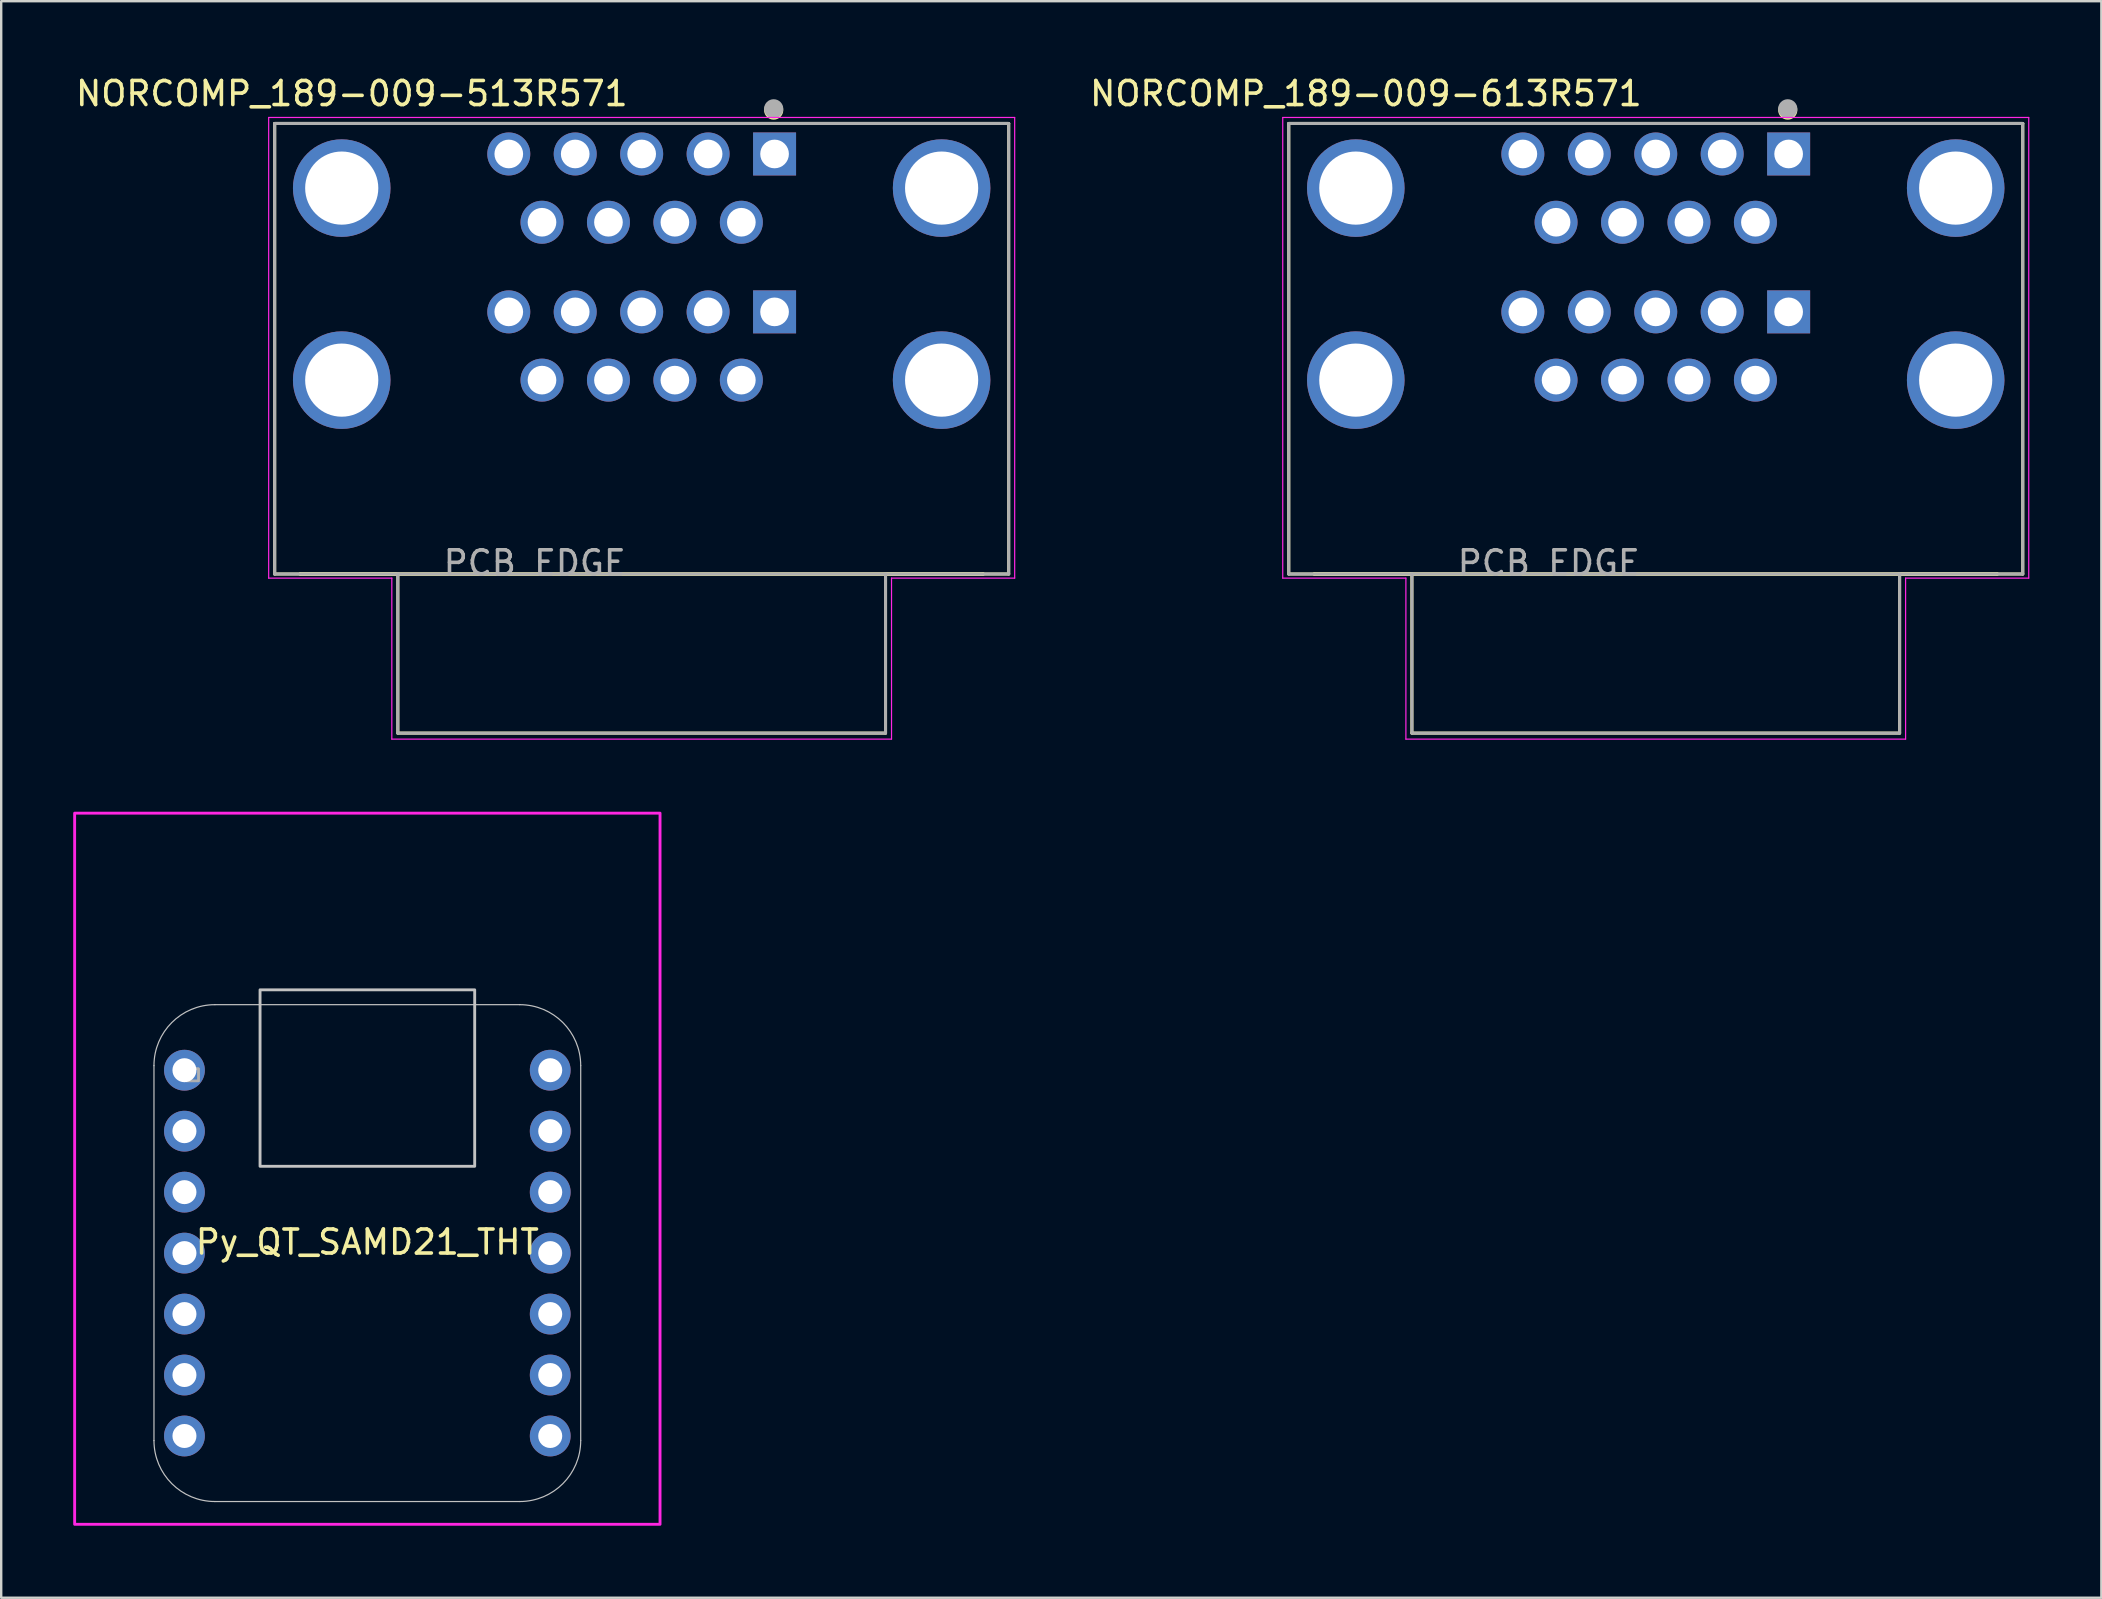
<source format=kicad_pcb>
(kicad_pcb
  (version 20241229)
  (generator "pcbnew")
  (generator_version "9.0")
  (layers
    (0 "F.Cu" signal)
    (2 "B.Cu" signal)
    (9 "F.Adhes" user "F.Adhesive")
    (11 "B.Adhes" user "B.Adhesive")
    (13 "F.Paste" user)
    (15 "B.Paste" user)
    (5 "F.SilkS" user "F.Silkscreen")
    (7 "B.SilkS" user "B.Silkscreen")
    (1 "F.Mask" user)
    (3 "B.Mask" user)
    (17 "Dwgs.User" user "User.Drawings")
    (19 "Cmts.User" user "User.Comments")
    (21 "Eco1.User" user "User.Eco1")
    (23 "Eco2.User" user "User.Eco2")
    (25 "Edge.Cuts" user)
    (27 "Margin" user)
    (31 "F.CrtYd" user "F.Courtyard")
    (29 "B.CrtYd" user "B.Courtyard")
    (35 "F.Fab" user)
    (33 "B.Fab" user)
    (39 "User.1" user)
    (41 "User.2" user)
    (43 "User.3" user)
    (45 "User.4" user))
  (footprint "Py_QT_SAMD21_THT"
    (layer "F.Cu")
    (at 12.255 49.2)
    (property "Reference" "Py_QT_SAMD21_THT" (at 0 -0.5 0) (unlocked yes) (layer "F.SilkS") (effects (font (size 1 1) (thickness 0.15))))
    (fp_line (start -8.89 7.771) (end -8.89 -7.851) (stroke (width 0.05) (type solid)) (layer "Dwgs.User"))
    (fp_line (start -6.35 -10.39) (end 6.35 -10.39) (stroke (width 0.05) (type solid)) (layer "Dwgs.User"))
    (fp_line (start 6.35 10.31) (end -6.35 10.31) (stroke (width 0.05) (type solid)) (layer "Dwgs.User"))
    (fp_line (start 8.89 -7.851) (end 8.89 7.771) (stroke (width 0.05) (type solid)) (layer "Dwgs.User"))
    (fp_rect (start -4.47 -11.01) (end 4.473 -3.657) (stroke (width 0.12) (type default)) (fill no) (layer "Dwgs.User"))
    (fp_arc (start -8.89 -7.8505) (mid -8.146051 -9.646551) (end -6.35 -10.3905) (stroke (width 0.05) (type solid)) (layer "Dwgs.User"))
    (fp_arc (start -6.35 10.3105) (mid -8.146051 9.566551) (end -8.89 7.7705) (stroke (width 0.05) (type solid)) (layer "Dwgs.User"))
    (fp_arc (start 6.35 -10.3905) (mid 8.146051 -9.646551) (end 8.89 -7.8505) (stroke (width 0.05) (type solid)) (layer "Dwgs.User"))
    (fp_arc (start 8.89 7.7705) (mid 8.146051 9.566551) (end 6.35 10.3105) (stroke (width 0.05) (type solid)) (layer "Dwgs.User"))
    (fp_rect (start -12.195 -18.37) (end 12.195 11.26) (stroke (width 0.12) (type default)) (fill no) (layer "F.CrtYd"))
    (fp_poly (pts (xy -7.541 -7.213) (xy -7.033 -7.213) (xy -7.033 -7.721) (xy -7.541 -7.721)) (stroke (width 0.1) (type default)) (fill no) (layer "F.Fab"))
    (fp_poly (pts (xy -7.541 -7.213) (xy -7.033 -7.213) (xy -7.033 -7.721) (xy -7.541 -7.721)) (stroke (width 0.1) (type default)) (fill no) (layer "F.Fab"))
    (pad "1" thru_hole circle (at -7.62 -7.66) (size 1.7 1.7) (drill 1) (layers "*.Cu" "*.Mask"))
    (pad "2" thru_hole circle (at -7.62 -5.12) (size 1.7 1.7) (drill 1) (layers "*.Cu" "*.Mask"))
    (pad "3" thru_hole circle (at -7.62 -2.58) (size 1.7 1.7) (drill 1) (layers "*.Cu" "*.Mask"))
    (pad "4" thru_hole circle (at -7.62 -0.04) (size 1.7 1.7) (drill 1) (layers "*.Cu" "*.Mask"))
    (pad "5" thru_hole circle (at -7.62 2.5) (size 1.7 1.7) (drill 1) (layers "*.Cu" "*.Mask"))
    (pad "6" thru_hole circle (at -7.62 5.04) (size 1.7 1.7) (drill 1) (layers "*.Cu" "*.Mask"))
    (pad "7" thru_hole circle (at -7.62 7.58) (size 1.7 1.7) (drill 1) (layers "*.Cu" "*.Mask"))
    (pad "8" thru_hole circle (at 7.62 7.58 180) (size 1.7 1.7) (drill 1) (layers "*.Cu" "*.Mask"))
    (pad "9" thru_hole circle (at 7.62 5.04 180) (size 1.7 1.7) (drill 1) (layers "*.Cu" "*.Mask"))
    (pad "10" thru_hole circle (at 7.62 2.5 180) (size 1.7 1.7) (drill 1) (layers "*.Cu" "*.Mask"))
    (pad "11" thru_hole circle (at 7.62 -0.04 180) (size 1.7 1.7) (drill 1) (layers "*.Cu" "*.Mask"))
    (pad "12" thru_hole circle (at 7.62 -2.58 180) (size 1.7 1.7) (drill 1) (layers "*.Cu" "*.Mask"))
    (pad "13" thru_hole circle (at 7.62 -5.12 180) (size 1.7 1.7) (drill 1) (layers "*.Cu" "*.Mask"))
    (pad "14" thru_hole circle (at 7.62 -7.66 180) (size 1.7 1.7) (drill 1) (layers "*.Cu" "*.Mask")))
  (footprint "NORCOMP_189-009-513R571"
    (layer "F.Cu")
    (at 29.222 3.365)
    (property "Reference" "NORCOMP_189-009-513R571" (at -17.614 -2.516 0) (layer "F.SilkS") (effects (font (size 1.001 1.001) (thickness 0.15))))
    (attr through_hole)
    (fp_line (start -20.828 -1.27) (end 9.754 -1.27) (stroke (width 0.127) (type solid)) (layer "F.SilkS"))
    (fp_line (start -20.828 17.501) (end -20.828 -1.27) (stroke (width 0.127) (type solid)) (layer "F.SilkS"))
    (fp_line (start -19.761 17.501) (end -20.828 17.501) (stroke (width 0.127) (type solid)) (layer "F.SilkS"))
    (fp_line (start -19.761 17.501) (end 8.687 17.501) (stroke (width 0.152) (type solid)) (layer "F.SilkS"))
    (fp_line (start -15.697 17.501) (end -19.761 17.501) (stroke (width 0.127) (type solid)) (layer "F.SilkS"))
    (fp_line (start -15.697 24.13) (end -15.697 17.501) (stroke (width 0.127) (type solid)) (layer "F.SilkS"))
    (fp_line (start 4.623 24.13) (end -15.697 24.13) (stroke (width 0.127) (type solid)) (layer "F.SilkS"))
    (fp_line (start 4.623 24.13) (end 4.623 17.501) (stroke (width 0.127) (type solid)) (layer "F.SilkS"))
    (fp_line (start 8.687 17.501) (end 4.623 17.501) (stroke (width 0.127) (type solid)) (layer "F.SilkS"))
    (fp_line (start 9.754 -1.27) (end 9.754 17.501) (stroke (width 0.127) (type solid)) (layer "F.SilkS"))
    (fp_line (start 9.754 17.501) (end 8.687 17.501) (stroke (width 0.127) (type solid)) (layer "F.SilkS"))
    (fp_circle (center -0.037 -1.828) (end 0.163 -1.828) (stroke (width 0.4) (type solid)) (fill no) (layer "F.SilkS"))
    (fp_line (start -21.078 -1.52) (end 10.004 -1.52) (stroke (width 0.05) (type solid)) (layer "F.CrtYd"))
    (fp_line (start -21.078 17.672) (end -21.078 -1.52) (stroke (width 0.05) (type solid)) (layer "F.CrtYd"))
    (fp_line (start -15.947 17.672) (end -21.078 17.672) (stroke (width 0.05) (type solid)) (layer "F.CrtYd"))
    (fp_line (start -15.947 24.38) (end -15.947 17.672) (stroke (width 0.05) (type solid)) (layer "F.CrtYd"))
    (fp_line (start 4.873 17.672) (end 4.873 24.38) (stroke (width 0.05) (type solid)) (layer "F.CrtYd"))
    (fp_line (start 4.873 24.38) (end -15.947 24.38) (stroke (width 0.05) (type solid)) (layer "F.CrtYd"))
    (fp_line (start 10.004 -1.52) (end 10.004 17.672) (stroke (width 0.05) (type solid)) (layer "F.CrtYd"))
    (fp_line (start 10.004 17.672) (end 4.873 17.672) (stroke (width 0.05) (type solid)) (layer "F.CrtYd"))
    (fp_line (start -20.828 -1.27) (end 9.754 -1.27) (stroke (width 0.127) (type solid)) (layer "F.Fab"))
    (fp_line (start -20.828 17.501) (end -20.828 -1.27) (stroke (width 0.127) (type solid)) (layer "F.Fab"))
    (fp_line (start -15.697 17.501) (end -20.828 17.501) (stroke (width 0.127) (type solid)) (layer "F.Fab"))
    (fp_line (start -15.697 24.13) (end -15.697 17.501) (stroke (width 0.127) (type solid)) (layer "F.Fab"))
    (fp_line (start 4.623 17.501) (end -15.697 17.501) (stroke (width 0.127) (type solid)) (layer "F.Fab"))
    (fp_line (start 4.623 24.13) (end -15.697 24.13) (stroke (width 0.127) (type solid)) (layer "F.Fab"))
    (fp_line (start 4.623 24.13) (end 4.623 17.501) (stroke (width 0.127) (type solid)) (layer "F.Fab"))
    (fp_line (start 9.754 -1.27) (end 9.754 17.501) (stroke (width 0.127) (type solid)) (layer "F.Fab"))
    (fp_line (start 9.754 17.501) (end 4.623 17.501) (stroke (width 0.127) (type solid)) (layer "F.Fab"))
    (fp_circle (center -0.037 -1.881) (end 0.163 -1.881) (stroke (width 0.4) (type solid)) (fill no) (layer "F.Fab"))
    (fp_text user "PCB EDGE" (at -9.993 17.037 0) (layer "F.Fab") (effects (font (size 1.001 1.001) (thickness 0.15))))
    (pad "A1" thru_hole rect (at 0 0) (size 1.791 1.791) (drill 1.194) (layers "*.Cu" "*.Mask"))
    (pad "A2" thru_hole circle (at -2.769 0) (size 1.791 1.791) (drill 1.194) (layers "*.Cu" "*.Mask"))
    (pad "A3" thru_hole circle (at -5.537 0) (size 1.791 1.791) (drill 1.194) (layers "*.Cu" "*.Mask"))
    (pad "A4" thru_hole circle (at -8.306 0) (size 1.791 1.791) (drill 1.194) (layers "*.Cu" "*.Mask"))
    (pad "A5" thru_hole circle (at -11.074 0) (size 1.791 1.791) (drill 1.194) (layers "*.Cu" "*.Mask"))
    (pad "A6" thru_hole circle (at -1.384 2.845) (size 1.791 1.791) (drill 1.194) (layers "*.Cu" "*.Mask"))
    (pad "A7" thru_hole circle (at -4.153 2.845) (size 1.791 1.791) (drill 1.194) (layers "*.Cu" "*.Mask"))
    (pad "A8" thru_hole circle (at -6.921 2.845) (size 1.791 1.791) (drill 1.194) (layers "*.Cu" "*.Mask"))
    (pad "A9" thru_hole circle (at -9.69 2.845) (size 1.791 1.791) (drill 1.194) (layers "*.Cu" "*.Mask"))
    (pad "B1" thru_hole rect (at 0 6.579) (size 1.791 1.791) (drill 1.194) (layers "*.Cu" "*.Mask"))
    (pad "B2" thru_hole circle (at -2.769 6.579) (size 1.791 1.791) (drill 1.194) (layers "*.Cu" "*.Mask"))
    (pad "B3" thru_hole circle (at -5.537 6.579) (size 1.791 1.791) (drill 1.194) (layers "*.Cu" "*.Mask"))
    (pad "B4" thru_hole circle (at -8.306 6.579) (size 1.791 1.791) (drill 1.194) (layers "*.Cu" "*.Mask"))
    (pad "B5" thru_hole circle (at -11.074 6.579) (size 1.791 1.791) (drill 1.194) (layers "*.Cu" "*.Mask"))
    (pad "B6" thru_hole circle (at -1.384 9.423) (size 1.791 1.791) (drill 1.194) (layers "*.Cu" "*.Mask"))
    (pad "B7" thru_hole circle (at -4.153 9.423) (size 1.791 1.791) (drill 1.194) (layers "*.Cu" "*.Mask"))
    (pad "B8" thru_hole circle (at -6.921 9.423) (size 1.791 1.791) (drill 1.194) (layers "*.Cu" "*.Mask"))
    (pad "B9" thru_hole circle (at -9.69 9.423) (size 1.791 1.791) (drill 1.194) (layers "*.Cu" "*.Mask"))
    (pad "SH1" thru_hole circle (at 6.96 1.422) (size 4.064 4.064) (drill 3.048) (layers "*.Cu" "*.Mask"))
    (pad "SH2" thru_hole circle (at -18.034 1.422) (size 4.064 4.064) (drill 3.048) (layers "*.Cu" "*.Mask"))
    (pad "SH3" thru_hole circle (at 6.96 9.423) (size 4.064 4.064) (drill 3.048) (layers "*.Cu" "*.Mask"))
    (pad "SH4" thru_hole circle (at -18.034 9.423) (size 4.064 4.064) (drill 3.048) (layers "*.Cu" "*.Mask")))
  (footprint "NORCOMP_189-009-613R571"
    (layer "F.Cu")
    (at 71.473 3.365)
    (property "Reference" "NORCOMP_189-009-613R571" (at -17.614 -2.516 0) (layer "F.SilkS") (effects (font (size 1.001 1.001) (thickness 0.15))))
    (attr through_hole)
    (fp_line (start -20.828 -1.27) (end 9.754 -1.27) (stroke (width 0.127) (type solid)) (layer "F.SilkS"))
    (fp_line (start -20.828 17.501) (end -20.828 -1.27) (stroke (width 0.127) (type solid)) (layer "F.SilkS"))
    (fp_line (start -19.761 17.501) (end -20.828 17.501) (stroke (width 0.127) (type solid)) (layer "F.SilkS"))
    (fp_line (start -19.761 17.501) (end 8.687 17.501) (stroke (width 0.152) (type solid)) (layer "F.SilkS"))
    (fp_line (start -15.697 17.501) (end -19.761 17.501) (stroke (width 0.127) (type solid)) (layer "F.SilkS"))
    (fp_line (start -15.697 24.13) (end -15.697 17.501) (stroke (width 0.127) (type solid)) (layer "F.SilkS"))
    (fp_line (start 4.623 24.13) (end -15.697 24.13) (stroke (width 0.127) (type solid)) (layer "F.SilkS"))
    (fp_line (start 4.623 24.13) (end 4.623 17.501) (stroke (width 0.127) (type solid)) (layer "F.SilkS"))
    (fp_line (start 8.687 17.501) (end 4.623 17.501) (stroke (width 0.127) (type solid)) (layer "F.SilkS"))
    (fp_line (start 9.754 -1.27) (end 9.754 17.501) (stroke (width 0.127) (type solid)) (layer "F.SilkS"))
    (fp_line (start 9.754 17.501) (end 8.687 17.501) (stroke (width 0.127) (type solid)) (layer "F.SilkS"))
    (fp_circle (center -0.037 -1.828) (end 0.163 -1.828) (stroke (width 0.4) (type solid)) (fill no) (layer "F.SilkS"))
    (fp_line (start -21.078 -1.52) (end 10.004 -1.52) (stroke (width 0.05) (type solid)) (layer "F.CrtYd"))
    (fp_line (start -21.078 17.672) (end -21.078 -1.52) (stroke (width 0.05) (type solid)) (layer "F.CrtYd"))
    (fp_line (start -15.947 17.672) (end -21.078 17.672) (stroke (width 0.05) (type solid)) (layer "F.CrtYd"))
    (fp_line (start -15.947 24.38) (end -15.947 17.672) (stroke (width 0.05) (type solid)) (layer "F.CrtYd"))
    (fp_line (start 4.873 17.672) (end 4.873 24.38) (stroke (width 0.05) (type solid)) (layer "F.CrtYd"))
    (fp_line (start 4.873 24.38) (end -15.947 24.38) (stroke (width 0.05) (type solid)) (layer "F.CrtYd"))
    (fp_line (start 10.004 -1.52) (end 10.004 17.672) (stroke (width 0.05) (type solid)) (layer "F.CrtYd"))
    (fp_line (start 10.004 17.672) (end 4.873 17.672) (stroke (width 0.05) (type solid)) (layer "F.CrtYd"))
    (fp_line (start -20.828 -1.27) (end 9.754 -1.27) (stroke (width 0.127) (type solid)) (layer "F.Fab"))
    (fp_line (start -20.828 17.501) (end -20.828 -1.27) (stroke (width 0.127) (type solid)) (layer "F.Fab"))
    (fp_line (start -15.697 17.501) (end -20.828 17.501) (stroke (width 0.127) (type solid)) (layer "F.Fab"))
    (fp_line (start -15.697 24.13) (end -15.697 17.501) (stroke (width 0.127) (type solid)) (layer "F.Fab"))
    (fp_line (start 4.623 17.501) (end -15.697 17.501) (stroke (width 0.127) (type solid)) (layer "F.Fab"))
    (fp_line (start 4.623 24.13) (end -15.697 24.13) (stroke (width 0.127) (type solid)) (layer "F.Fab"))
    (fp_line (start 4.623 24.13) (end 4.623 17.501) (stroke (width 0.127) (type solid)) (layer "F.Fab"))
    (fp_line (start 9.754 -1.27) (end 9.754 17.501) (stroke (width 0.127) (type solid)) (layer "F.Fab"))
    (fp_line (start 9.754 17.501) (end 4.623 17.501) (stroke (width 0.127) (type solid)) (layer "F.Fab"))
    (fp_circle (center -0.037 -1.881) (end 0.163 -1.881) (stroke (width 0.4) (type solid)) (fill no) (layer "F.Fab"))
    (fp_text user "PCB EDGE" (at -9.993 17.037 0) (layer "F.Fab") (effects (font (size 1.001 1.001) (thickness 0.15))))
    (pad "A1" thru_hole rect (at 0 0) (size 1.791 1.791) (drill 1.194) (layers "*.Cu" "*.Mask"))
    (pad "A2" thru_hole circle (at -2.769 0) (size 1.791 1.791) (drill 1.194) (layers "*.Cu" "*.Mask"))
    (pad "A3" thru_hole circle (at -5.537 0) (size 1.791 1.791) (drill 1.194) (layers "*.Cu" "*.Mask"))
    (pad "A4" thru_hole circle (at -8.306 0) (size 1.791 1.791) (drill 1.194) (layers "*.Cu" "*.Mask"))
    (pad "A5" thru_hole circle (at -11.074 0) (size 1.791 1.791) (drill 1.194) (layers "*.Cu" "*.Mask"))
    (pad "A6" thru_hole circle (at -1.384 2.845) (size 1.791 1.791) (drill 1.194) (layers "*.Cu" "*.Mask"))
    (pad "A7" thru_hole circle (at -4.153 2.845) (size 1.791 1.791) (drill 1.194) (layers "*.Cu" "*.Mask"))
    (pad "A8" thru_hole circle (at -6.921 2.845) (size 1.791 1.791) (drill 1.194) (layers "*.Cu" "*.Mask"))
    (pad "A9" thru_hole circle (at -9.69 2.845) (size 1.791 1.791) (drill 1.194) (layers "*.Cu" "*.Mask"))
    (pad "B1" thru_hole rect (at 0 6.579) (size 1.791 1.791) (drill 1.194) (layers "*.Cu" "*.Mask"))
    (pad "B2" thru_hole circle (at -2.769 6.579) (size 1.791 1.791) (drill 1.194) (layers "*.Cu" "*.Mask"))
    (pad "B3" thru_hole circle (at -5.537 6.579) (size 1.791 1.791) (drill 1.194) (layers "*.Cu" "*.Mask"))
    (pad "B4" thru_hole circle (at -8.306 6.579) (size 1.791 1.791) (drill 1.194) (layers "*.Cu" "*.Mask"))
    (pad "B5" thru_hole circle (at -11.074 6.579) (size 1.791 1.791) (drill 1.194) (layers "*.Cu" "*.Mask"))
    (pad "B6" thru_hole circle (at -1.384 9.423) (size 1.791 1.791) (drill 1.194) (layers "*.Cu" "*.Mask"))
    (pad "B7" thru_hole circle (at -4.153 9.423) (size 1.791 1.791) (drill 1.194) (layers "*.Cu" "*.Mask"))
    (pad "B8" thru_hole circle (at -6.921 9.423) (size 1.791 1.791) (drill 1.194) (layers "*.Cu" "*.Mask"))
    (pad "B9" thru_hole circle (at -9.69 9.423) (size 1.791 1.791) (drill 1.194) (layers "*.Cu" "*.Mask"))
    (pad "SH1" thru_hole circle (at 6.96 1.422) (size 4.064 4.064) (drill 3.048) (layers "*.Cu" "*.Mask"))
    (pad "SH2" thru_hole circle (at -18.034 1.422) (size 4.064 4.064) (drill 3.048) (layers "*.Cu" "*.Mask"))
    (pad "SH3" thru_hole circle (at 6.96 9.423) (size 4.064 4.064) (drill 3.048) (layers "*.Cu" "*.Mask"))
    (pad "SH4" thru_hole circle (at -18.034 9.423) (size 4.064 4.064) (drill 3.048) (layers "*.Cu" "*.Mask")))
  (gr_rect
    (start -3 -3)
    (end 84.502 63.52)
    (stroke (width 0.1) (type default))
    (fill no)
    (layer "Edge.Cuts")))
</source>
